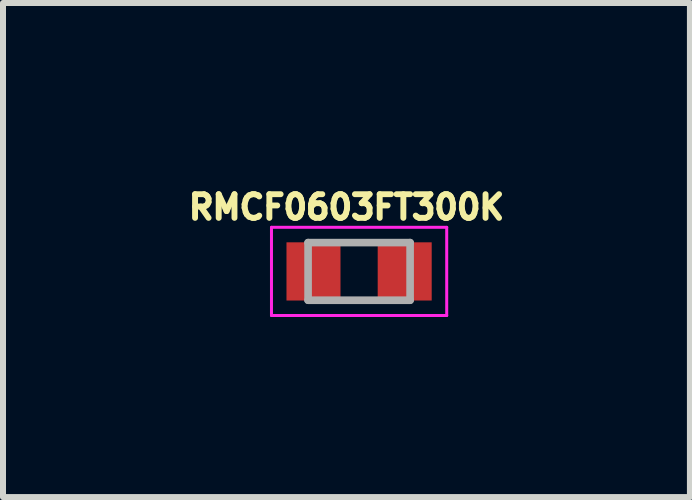
<source format=kicad_pcb>
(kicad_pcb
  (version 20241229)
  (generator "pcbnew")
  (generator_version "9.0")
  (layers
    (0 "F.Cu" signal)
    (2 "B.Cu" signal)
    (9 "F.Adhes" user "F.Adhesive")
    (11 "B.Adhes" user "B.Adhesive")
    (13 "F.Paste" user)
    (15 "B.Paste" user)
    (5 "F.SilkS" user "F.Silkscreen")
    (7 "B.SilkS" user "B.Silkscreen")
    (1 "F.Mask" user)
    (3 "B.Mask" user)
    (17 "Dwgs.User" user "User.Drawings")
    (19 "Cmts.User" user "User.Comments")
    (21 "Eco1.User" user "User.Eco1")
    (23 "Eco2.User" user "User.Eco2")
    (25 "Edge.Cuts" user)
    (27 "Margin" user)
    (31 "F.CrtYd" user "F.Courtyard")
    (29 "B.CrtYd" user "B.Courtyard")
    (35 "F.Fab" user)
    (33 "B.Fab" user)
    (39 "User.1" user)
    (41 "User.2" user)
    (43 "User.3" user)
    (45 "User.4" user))
  (footprint "RMCF0603FT300K"
    (layer "F.Cu")
    (at 2.934 1.473)
    (property "Reference" "RMCF0603FT300K" (at -0.21 -1.07 0) (layer "F.SilkS") (effects (font (size 0.394 0.394) (thickness 0.15))))
    (attr smd)
    (fp_line (start -1.46 -0.735) (end 1.46 -0.735) (stroke (width 0.05) (type solid)) (layer "F.CrtYd"))
    (fp_line (start -1.46 0.735) (end -1.46 -0.735) (stroke (width 0.05) (type solid)) (layer "F.CrtYd"))
    (fp_line (start -1.46 0.735) (end 1.46 0.735) (stroke (width 0.05) (type solid)) (layer "F.CrtYd"))
    (fp_line (start 1.46 0.735) (end 1.46 -0.735) (stroke (width 0.05) (type solid)) (layer "F.CrtYd"))
    (fp_line (start -0.85 0.48) (end -0.85 -0.48) (stroke (width 0.127) (type solid)) (layer "F.Fab"))
    (fp_line (start 0.85 -0.48) (end -0.85 -0.48) (stroke (width 0.127) (type solid)) (layer "F.Fab"))
    (fp_line (start 0.85 0.48) (end -0.85 0.48) (stroke (width 0.127) (type solid)) (layer "F.Fab"))
    (fp_line (start 0.85 0.48) (end 0.85 -0.48) (stroke (width 0.127) (type solid)) (layer "F.Fab"))
    (pad "1" smd rect (at -0.76 0) (size 0.9 0.97) (layers "F.Cu" "F.Mask" "F.Paste"))
    (pad "2" smd rect (at 0.76 0) (size 0.9 0.97) (layers "F.Cu" "F.Mask" "F.Paste")))
  (gr_rect
    (start -3 -3)
    (end 8.447 5.233)
    (stroke (width 0.1) (type default))
    (fill no)
    (layer "Edge.Cuts")))
</source>
